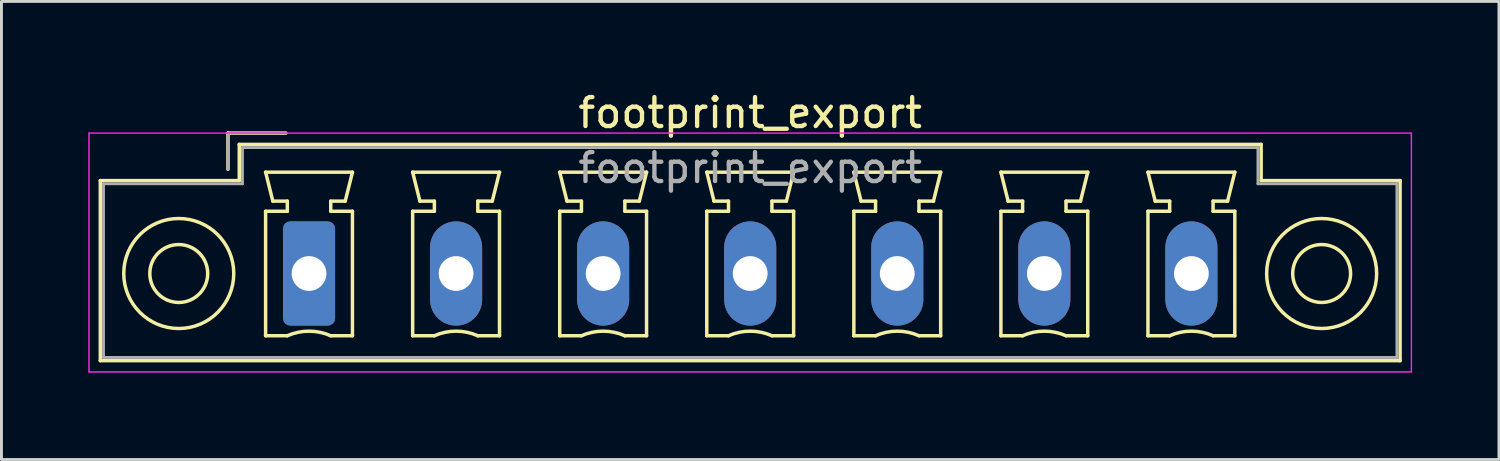
<source format=kicad_pcb>
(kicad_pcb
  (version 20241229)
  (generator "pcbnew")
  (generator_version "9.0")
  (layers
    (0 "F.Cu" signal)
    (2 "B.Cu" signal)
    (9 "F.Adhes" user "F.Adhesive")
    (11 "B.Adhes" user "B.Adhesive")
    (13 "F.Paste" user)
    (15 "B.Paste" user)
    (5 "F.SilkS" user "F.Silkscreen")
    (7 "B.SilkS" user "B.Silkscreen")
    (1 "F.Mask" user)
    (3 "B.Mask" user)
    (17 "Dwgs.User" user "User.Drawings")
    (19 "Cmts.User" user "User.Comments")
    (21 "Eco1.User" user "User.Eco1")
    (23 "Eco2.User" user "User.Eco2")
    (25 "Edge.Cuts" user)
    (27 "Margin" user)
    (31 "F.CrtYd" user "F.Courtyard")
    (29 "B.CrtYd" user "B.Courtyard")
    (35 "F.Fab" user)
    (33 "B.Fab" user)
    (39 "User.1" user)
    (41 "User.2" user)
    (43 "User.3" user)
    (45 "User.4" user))
  (footprint "footprint_export"
    (layer "F.Cu")
    (at 7.625 6.398)
    (property "Reference" "footprint_export" (at 15.24 -5.55 0) (layer "F.SilkS") (effects (font (size 1 1) (thickness 0.15))))
    (attr through_hole)
    (fp_line (start -7.21 -3.21) (end -7.21 3.01) (stroke (width 0.12) (type solid)) (layer "F.SilkS"))
    (fp_line (start -7.21 3.01) (end 37.69 3.01) (stroke (width 0.12) (type solid)) (layer "F.SilkS"))
    (fp_line (start -2.8 -4.85) (end -0.8 -4.85) (stroke (width 0.12) (type solid)) (layer "F.SilkS"))
    (fp_line (start -2.8 -3.6) (end -2.8 -4.85) (stroke (width 0.12) (type solid)) (layer "F.SilkS"))
    (fp_line (start -2.41 -4.46) (end -2.41 -3.21) (stroke (width 0.12) (type solid)) (layer "F.SilkS"))
    (fp_line (start -2.41 -3.21) (end -7.21 -3.21) (stroke (width 0.12) (type solid)) (layer "F.SilkS"))
    (fp_line (start -1.5 -3.5) (end 1.5 -3.5) (stroke (width 0.12) (type solid)) (layer "F.SilkS"))
    (fp_line (start -1.5 -2.15) (end -0.75 -2.15) (stroke (width 0.12) (type solid)) (layer "F.SilkS"))
    (fp_line (start -1.5 2.15) (end -1.5 -2.15) (stroke (width 0.12) (type solid)) (layer "F.SilkS"))
    (fp_line (start -1.25 -2.5) (end -1.5 -3.5) (stroke (width 0.12) (type solid)) (layer "F.SilkS"))
    (fp_line (start -0.75 -2.5) (end -1.25 -2.5) (stroke (width 0.12) (type solid)) (layer "F.SilkS"))
    (fp_line (start -0.75 -2.15) (end -0.75 -2.5) (stroke (width 0.12) (type solid)) (layer "F.SilkS"))
    (fp_line (start -0.75 2.15) (end -1.5 2.15) (stroke (width 0.12) (type solid)) (layer "F.SilkS"))
    (fp_line (start 0.75 -2.5) (end 0.75 -2.15) (stroke (width 0.12) (type solid)) (layer "F.SilkS"))
    (fp_line (start 0.75 -2.15) (end 1.5 -2.15) (stroke (width 0.12) (type solid)) (layer "F.SilkS"))
    (fp_line (start 1.25 -2.5) (end 0.75 -2.5) (stroke (width 0.12) (type solid)) (layer "F.SilkS"))
    (fp_line (start 1.5 -3.5) (end 1.25 -2.5) (stroke (width 0.12) (type solid)) (layer "F.SilkS"))
    (fp_line (start 1.5 -2.15) (end 1.5 2.15) (stroke (width 0.12) (type solid)) (layer "F.SilkS"))
    (fp_line (start 1.5 2.15) (end 0.75 2.15) (stroke (width 0.12) (type solid)) (layer "F.SilkS"))
    (fp_line (start 3.58 -3.5) (end 6.58 -3.5) (stroke (width 0.12) (type solid)) (layer "F.SilkS"))
    (fp_line (start 3.58 -2.15) (end 4.33 -2.15) (stroke (width 0.12) (type solid)) (layer "F.SilkS"))
    (fp_line (start 3.58 2.15) (end 3.58 -2.15) (stroke (width 0.12) (type solid)) (layer "F.SilkS"))
    (fp_line (start 3.83 -2.5) (end 3.58 -3.5) (stroke (width 0.12) (type solid)) (layer "F.SilkS"))
    (fp_line (start 4.33 -2.5) (end 3.83 -2.5) (stroke (width 0.12) (type solid)) (layer "F.SilkS"))
    (fp_line (start 4.33 -2.15) (end 4.33 -2.5) (stroke (width 0.12) (type solid)) (layer "F.SilkS"))
    (fp_line (start 4.33 2.15) (end 3.58 2.15) (stroke (width 0.12) (type solid)) (layer "F.SilkS"))
    (fp_line (start 5.83 -2.5) (end 5.83 -2.15) (stroke (width 0.12) (type solid)) (layer "F.SilkS"))
    (fp_line (start 5.83 -2.15) (end 6.58 -2.15) (stroke (width 0.12) (type solid)) (layer "F.SilkS"))
    (fp_line (start 6.33 -2.5) (end 5.83 -2.5) (stroke (width 0.12) (type solid)) (layer "F.SilkS"))
    (fp_line (start 6.58 -3.5) (end 6.33 -2.5) (stroke (width 0.12) (type solid)) (layer "F.SilkS"))
    (fp_line (start 6.58 -2.15) (end 6.58 2.15) (stroke (width 0.12) (type solid)) (layer "F.SilkS"))
    (fp_line (start 6.58 2.15) (end 5.83 2.15) (stroke (width 0.12) (type solid)) (layer "F.SilkS"))
    (fp_line (start 8.66 -3.5) (end 11.66 -3.5) (stroke (width 0.12) (type solid)) (layer "F.SilkS"))
    (fp_line (start 8.66 -2.15) (end 9.41 -2.15) (stroke (width 0.12) (type solid)) (layer "F.SilkS"))
    (fp_line (start 8.66 2.15) (end 8.66 -2.15) (stroke (width 0.12) (type solid)) (layer "F.SilkS"))
    (fp_line (start 8.91 -2.5) (end 8.66 -3.5) (stroke (width 0.12) (type solid)) (layer "F.SilkS"))
    (fp_line (start 9.41 -2.5) (end 8.91 -2.5) (stroke (width 0.12) (type solid)) (layer "F.SilkS"))
    (fp_line (start 9.41 -2.15) (end 9.41 -2.5) (stroke (width 0.12) (type solid)) (layer "F.SilkS"))
    (fp_line (start 9.41 2.15) (end 8.66 2.15) (stroke (width 0.12) (type solid)) (layer "F.SilkS"))
    (fp_line (start 10.91 -2.5) (end 10.91 -2.15) (stroke (width 0.12) (type solid)) (layer "F.SilkS"))
    (fp_line (start 10.91 -2.15) (end 11.66 -2.15) (stroke (width 0.12) (type solid)) (layer "F.SilkS"))
    (fp_line (start 11.41 -2.5) (end 10.91 -2.5) (stroke (width 0.12) (type solid)) (layer "F.SilkS"))
    (fp_line (start 11.66 -3.5) (end 11.41 -2.5) (stroke (width 0.12) (type solid)) (layer "F.SilkS"))
    (fp_line (start 11.66 -2.15) (end 11.66 2.15) (stroke (width 0.12) (type solid)) (layer "F.SilkS"))
    (fp_line (start 11.66 2.15) (end 10.91 2.15) (stroke (width 0.12) (type solid)) (layer "F.SilkS"))
    (fp_line (start 13.74 -3.5) (end 16.74 -3.5) (stroke (width 0.12) (type solid)) (layer "F.SilkS"))
    (fp_line (start 13.74 -2.15) (end 14.49 -2.15) (stroke (width 0.12) (type solid)) (layer "F.SilkS"))
    (fp_line (start 13.74 2.15) (end 13.74 -2.15) (stroke (width 0.12) (type solid)) (layer "F.SilkS"))
    (fp_line (start 13.99 -2.5) (end 13.74 -3.5) (stroke (width 0.12) (type solid)) (layer "F.SilkS"))
    (fp_line (start 14.49 -2.5) (end 13.99 -2.5) (stroke (width 0.12) (type solid)) (layer "F.SilkS"))
    (fp_line (start 14.49 -2.15) (end 14.49 -2.5) (stroke (width 0.12) (type solid)) (layer "F.SilkS"))
    (fp_line (start 14.49 2.15) (end 13.74 2.15) (stroke (width 0.12) (type solid)) (layer "F.SilkS"))
    (fp_line (start 15.99 -2.5) (end 15.99 -2.15) (stroke (width 0.12) (type solid)) (layer "F.SilkS"))
    (fp_line (start 15.99 -2.15) (end 16.74 -2.15) (stroke (width 0.12) (type solid)) (layer "F.SilkS"))
    (fp_line (start 16.49 -2.5) (end 15.99 -2.5) (stroke (width 0.12) (type solid)) (layer "F.SilkS"))
    (fp_line (start 16.74 -3.5) (end 16.49 -2.5) (stroke (width 0.12) (type solid)) (layer "F.SilkS"))
    (fp_line (start 16.74 -2.15) (end 16.74 2.15) (stroke (width 0.12) (type solid)) (layer "F.SilkS"))
    (fp_line (start 16.74 2.15) (end 15.99 2.15) (stroke (width 0.12) (type solid)) (layer "F.SilkS"))
    (fp_line (start 18.82 -3.5) (end 21.82 -3.5) (stroke (width 0.12) (type solid)) (layer "F.SilkS"))
    (fp_line (start 18.82 -2.15) (end 19.57 -2.15) (stroke (width 0.12) (type solid)) (layer "F.SilkS"))
    (fp_line (start 18.82 2.15) (end 18.82 -2.15) (stroke (width 0.12) (type solid)) (layer "F.SilkS"))
    (fp_line (start 19.07 -2.5) (end 18.82 -3.5) (stroke (width 0.12) (type solid)) (layer "F.SilkS"))
    (fp_line (start 19.57 -2.5) (end 19.07 -2.5) (stroke (width 0.12) (type solid)) (layer "F.SilkS"))
    (fp_line (start 19.57 -2.15) (end 19.57 -2.5) (stroke (width 0.12) (type solid)) (layer "F.SilkS"))
    (fp_line (start 19.57 2.15) (end 18.82 2.15) (stroke (width 0.12) (type solid)) (layer "F.SilkS"))
    (fp_line (start 21.07 -2.5) (end 21.07 -2.15) (stroke (width 0.12) (type solid)) (layer "F.SilkS"))
    (fp_line (start 21.07 -2.15) (end 21.82 -2.15) (stroke (width 0.12) (type solid)) (layer "F.SilkS"))
    (fp_line (start 21.57 -2.5) (end 21.07 -2.5) (stroke (width 0.12) (type solid)) (layer "F.SilkS"))
    (fp_line (start 21.82 -3.5) (end 21.57 -2.5) (stroke (width 0.12) (type solid)) (layer "F.SilkS"))
    (fp_line (start 21.82 -2.15) (end 21.82 2.15) (stroke (width 0.12) (type solid)) (layer "F.SilkS"))
    (fp_line (start 21.82 2.15) (end 21.07 2.15) (stroke (width 0.12) (type solid)) (layer "F.SilkS"))
    (fp_line (start 23.9 -3.5) (end 26.9 -3.5) (stroke (width 0.12) (type solid)) (layer "F.SilkS"))
    (fp_line (start 23.9 -2.15) (end 24.65 -2.15) (stroke (width 0.12) (type solid)) (layer "F.SilkS"))
    (fp_line (start 23.9 2.15) (end 23.9 -2.15) (stroke (width 0.12) (type solid)) (layer "F.SilkS"))
    (fp_line (start 24.15 -2.5) (end 23.9 -3.5) (stroke (width 0.12) (type solid)) (layer "F.SilkS"))
    (fp_line (start 24.65 -2.5) (end 24.15 -2.5) (stroke (width 0.12) (type solid)) (layer "F.SilkS"))
    (fp_line (start 24.65 -2.15) (end 24.65 -2.5) (stroke (width 0.12) (type solid)) (layer "F.SilkS"))
    (fp_line (start 24.65 2.15) (end 23.9 2.15) (stroke (width 0.12) (type solid)) (layer "F.SilkS"))
    (fp_line (start 26.15 -2.5) (end 26.15 -2.15) (stroke (width 0.12) (type solid)) (layer "F.SilkS"))
    (fp_line (start 26.15 -2.15) (end 26.9 -2.15) (stroke (width 0.12) (type solid)) (layer "F.SilkS"))
    (fp_line (start 26.65 -2.5) (end 26.15 -2.5) (stroke (width 0.12) (type solid)) (layer "F.SilkS"))
    (fp_line (start 26.9 -3.5) (end 26.65 -2.5) (stroke (width 0.12) (type solid)) (layer "F.SilkS"))
    (fp_line (start 26.9 -2.15) (end 26.9 2.15) (stroke (width 0.12) (type solid)) (layer "F.SilkS"))
    (fp_line (start 26.9 2.15) (end 26.15 2.15) (stroke (width 0.12) (type solid)) (layer "F.SilkS"))
    (fp_line (start 28.98 -3.5) (end 31.98 -3.5) (stroke (width 0.12) (type solid)) (layer "F.SilkS"))
    (fp_line (start 28.98 -2.15) (end 29.73 -2.15) (stroke (width 0.12) (type solid)) (layer "F.SilkS"))
    (fp_line (start 28.98 2.15) (end 28.98 -2.15) (stroke (width 0.12) (type solid)) (layer "F.SilkS"))
    (fp_line (start 29.23 -2.5) (end 28.98 -3.5) (stroke (width 0.12) (type solid)) (layer "F.SilkS"))
    (fp_line (start 29.73 -2.5) (end 29.23 -2.5) (stroke (width 0.12) (type solid)) (layer "F.SilkS"))
    (fp_line (start 29.73 -2.15) (end 29.73 -2.5) (stroke (width 0.12) (type solid)) (layer "F.SilkS"))
    (fp_line (start 29.73 2.15) (end 28.98 2.15) (stroke (width 0.12) (type solid)) (layer "F.SilkS"))
    (fp_line (start 31.23 -2.5) (end 31.23 -2.15) (stroke (width 0.12) (type solid)) (layer "F.SilkS"))
    (fp_line (start 31.23 -2.15) (end 31.98 -2.15) (stroke (width 0.12) (type solid)) (layer "F.SilkS"))
    (fp_line (start 31.73 -2.5) (end 31.23 -2.5) (stroke (width 0.12) (type solid)) (layer "F.SilkS"))
    (fp_line (start 31.98 -3.5) (end 31.73 -2.5) (stroke (width 0.12) (type solid)) (layer "F.SilkS"))
    (fp_line (start 31.98 -2.15) (end 31.98 2.15) (stroke (width 0.12) (type solid)) (layer "F.SilkS"))
    (fp_line (start 31.98 2.15) (end 31.23 2.15) (stroke (width 0.12) (type solid)) (layer "F.SilkS"))
    (fp_line (start 32.89 -4.46) (end -2.41 -4.46) (stroke (width 0.12) (type solid)) (layer "F.SilkS"))
    (fp_line (start 32.89 -3.21) (end 32.89 -4.46) (stroke (width 0.12) (type solid)) (layer "F.SilkS"))
    (fp_line (start 37.69 -3.21) (end 32.89 -3.21) (stroke (width 0.12) (type solid)) (layer "F.SilkS"))
    (fp_line (start 37.69 3.01) (end 37.69 -3.21) (stroke (width 0.12) (type solid)) (layer "F.SilkS"))
    (fp_arc (start -0.75 2.15) (mid -0.000193 1.99191) (end 0.749647 2.149844) (stroke (width 0.12) (type solid)) (layer "F.SilkS"))
    (fp_arc (start 4.33 2.15) (mid 5.079807 1.99191) (end 5.829647 2.149844) (stroke (width 0.12) (type solid)) (layer "F.SilkS"))
    (fp_arc (start 9.41 2.15) (mid 10.159807 1.99191) (end 10.909647 2.149844) (stroke (width 0.12) (type solid)) (layer "F.SilkS"))
    (fp_arc (start 14.49 2.15) (mid 15.239807 1.99191) (end 15.989647 2.149844) (stroke (width 0.12) (type solid)) (layer "F.SilkS"))
    (fp_arc (start 19.57 2.15) (mid 20.319807 1.99191) (end 21.069647 2.149844) (stroke (width 0.12) (type solid)) (layer "F.SilkS"))
    (fp_arc (start 24.65 2.15) (mid 25.399807 1.99191) (end 26.149647 2.149844) (stroke (width 0.12) (type solid)) (layer "F.SilkS"))
    (fp_arc (start 29.73 2.15) (mid 30.479807 1.99191) (end 31.229647 2.149844) (stroke (width 0.12) (type solid)) (layer "F.SilkS"))
    (fp_circle (center -4.5 0) (end -3.5 0) (stroke (width 0.12) (type solid)) (fill no) (layer "F.SilkS"))
    (fp_circle (center -4.5 0) (end -2.6 0) (stroke (width 0.12) (type solid)) (fill no) (layer "F.SilkS"))
    (fp_circle (center 34.98 0) (end 35.98 0) (stroke (width 0.12) (type solid)) (fill no) (layer "F.SilkS"))
    (fp_circle (center 34.98 0) (end 36.88 0) (stroke (width 0.12) (type solid)) (fill no) (layer "F.SilkS"))
    (fp_line (start -7.6 -4.85) (end -7.6 3.4) (stroke (width 0.05) (type solid)) (layer "F.CrtYd"))
    (fp_line (start -7.6 3.4) (end 38.08 3.4) (stroke (width 0.05) (type solid)) (layer "F.CrtYd"))
    (fp_line (start 38.08 -4.85) (end -7.6 -4.85) (stroke (width 0.05) (type solid)) (layer "F.CrtYd"))
    (fp_line (start 38.08 3.4) (end 38.08 -4.85) (stroke (width 0.05) (type solid)) (layer "F.CrtYd"))
    (fp_line (start -7.1 -3.1) (end -7.1 2.9) (stroke (width 0.1) (type solid)) (layer "F.Fab"))
    (fp_line (start -7.1 2.9) (end 37.58 2.9) (stroke (width 0.1) (type solid)) (layer "F.Fab"))
    (fp_line (start -2.8 -4.85) (end -0.8 -4.85) (stroke (width 0.1) (type solid)) (layer "F.Fab"))
    (fp_line (start -2.8 -3.6) (end -2.8 -4.85) (stroke (width 0.1) (type solid)) (layer "F.Fab"))
    (fp_line (start -2.3 -4.35) (end -2.3 -3.1) (stroke (width 0.1) (type solid)) (layer "F.Fab"))
    (fp_line (start -2.3 -3.1) (end -7.1 -3.1) (stroke (width 0.1) (type solid)) (layer "F.Fab"))
    (fp_line (start 32.78 -4.35) (end -2.3 -4.35) (stroke (width 0.1) (type solid)) (layer "F.Fab"))
    (fp_line (start 32.78 -3.1) (end 32.78 -4.35) (stroke (width 0.1) (type solid)) (layer "F.Fab"))
    (fp_line (start 37.58 -3.1) (end 32.78 -3.1) (stroke (width 0.1) (type solid)) (layer "F.Fab"))
    (fp_line (start 37.58 2.9) (end 37.58 -3.1) (stroke (width 0.1) (type solid)) (layer "F.Fab"))
    (fp_text user "${REFERENCE}" (at 15.24 -3.65 0) (layer "F.Fab") (effects (font (size 1 1) (thickness 0.15))))
    (pad "1" thru_hole roundrect (at 0 0) (size 1.8 3.6) (drill 1.2) (layers "*.Cu" "*.Mask") (roundrect_rratio 0.139))
    (pad "2" thru_hole oval (at 5.08 0) (size 1.8 3.6) (drill 1.2) (layers "*.Cu" "*.Mask"))
    (pad "3" thru_hole oval (at 10.16 0) (size 1.8 3.6) (drill 1.2) (layers "*.Cu" "*.Mask"))
    (pad "4" thru_hole oval (at 15.24 0) (size 1.8 3.6) (drill 1.2) (layers "*.Cu" "*.Mask"))
    (pad "5" thru_hole oval (at 20.32 0) (size 1.8 3.6) (drill 1.2) (layers "*.Cu" "*.Mask"))
    (pad "6" thru_hole oval (at 25.4 0) (size 1.8 3.6) (drill 1.2) (layers "*.Cu" "*.Mask"))
    (pad "7" thru_hole oval (at 30.48 0) (size 1.8 3.6) (drill 1.2) (layers "*.Cu" "*.Mask")))
  (gr_rect
    (start -3 -3)
    (end 48.73 12.823)
    (stroke (width 0.1) (type default))
    (fill no)
    (layer "Edge.Cuts")))
</source>
